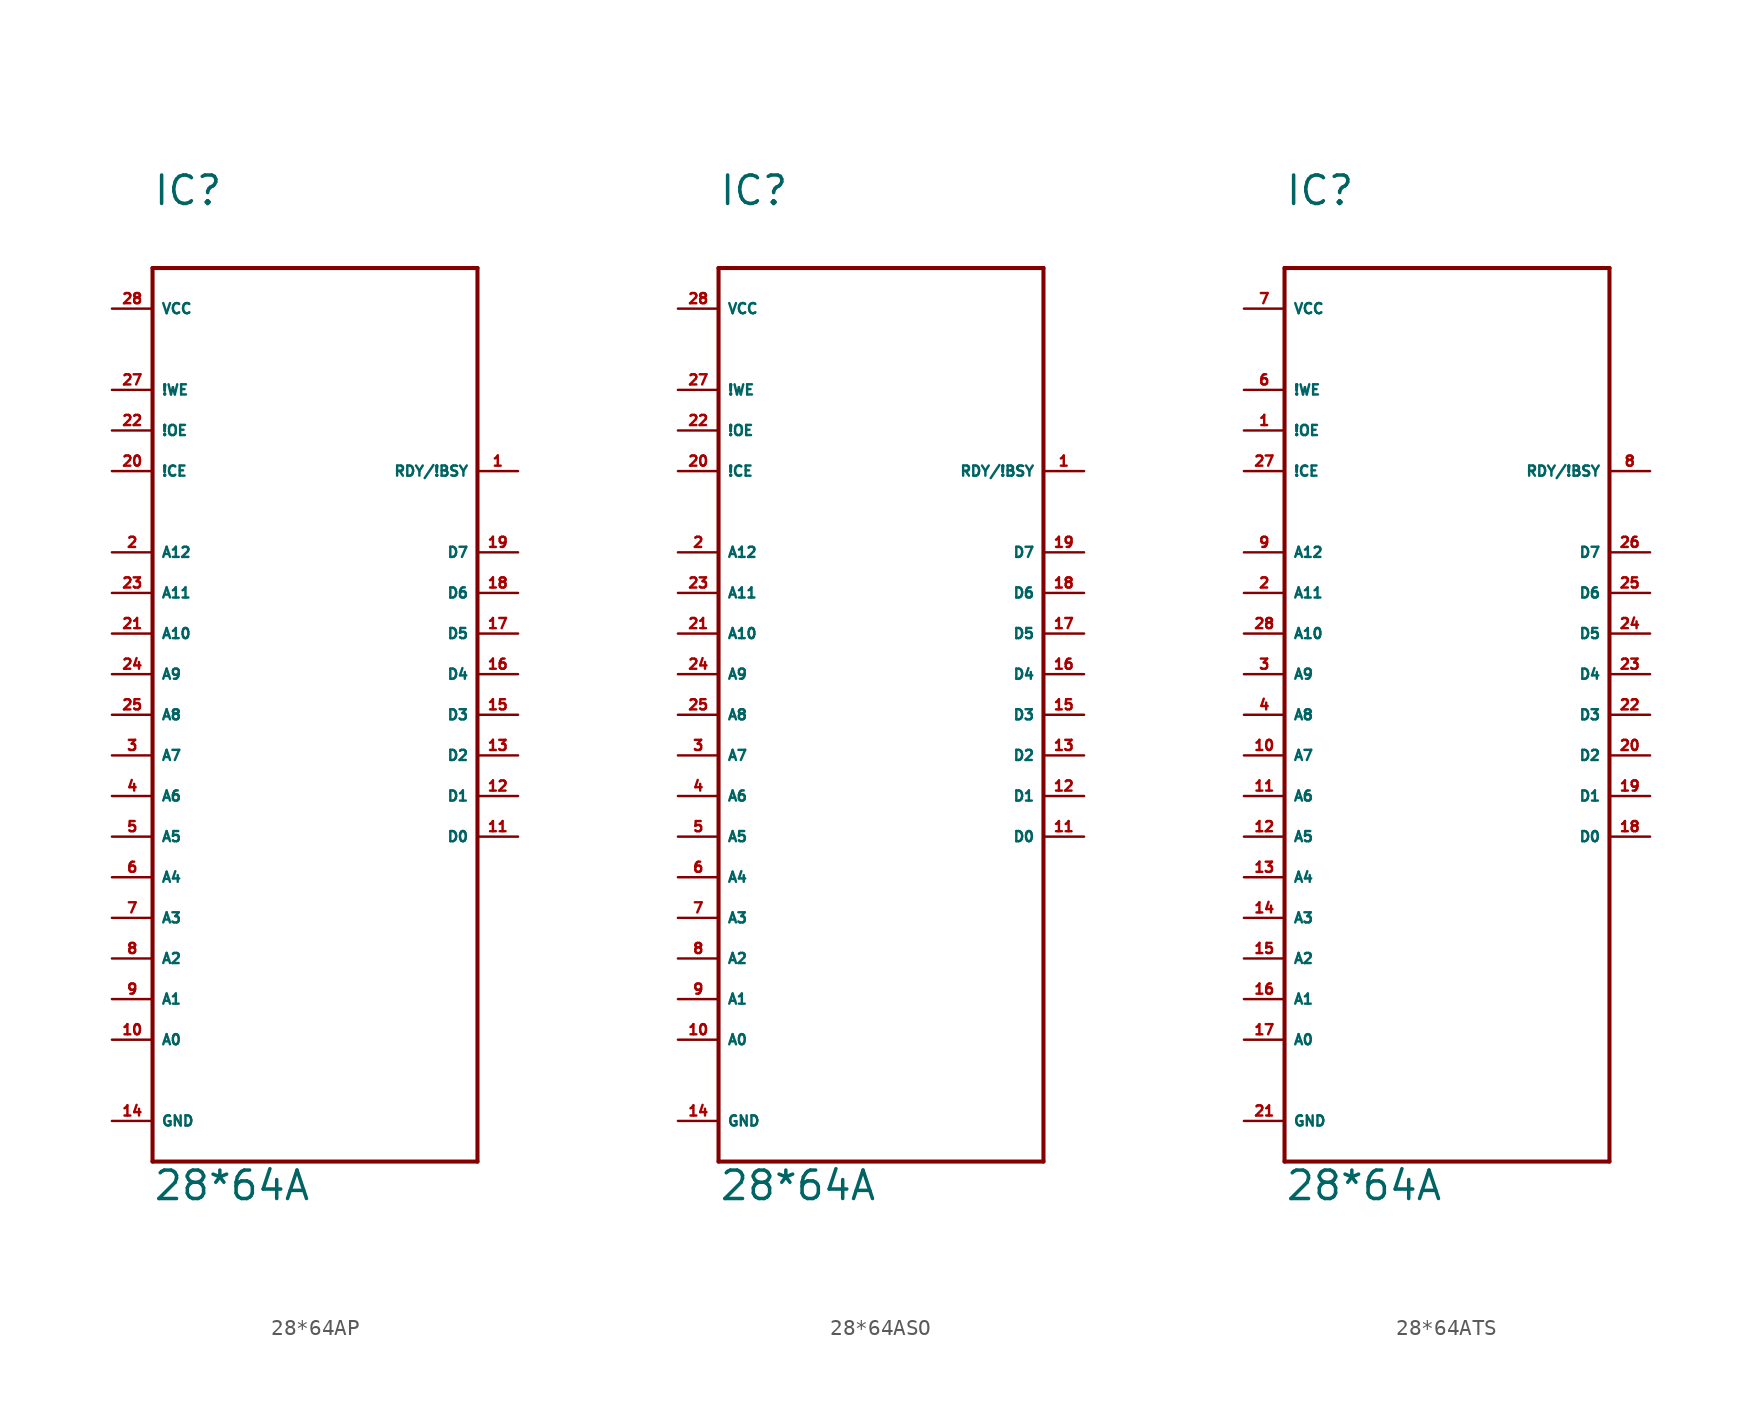
<source format=kicad_sym>
(kicad_symbol_lib
  (version 20220914)
  (generator Eagle2Kicad)
  (symbol "28*64AP"
    (property "Reference" "IC"
      (at -10.16 29.21 0)
      (effects (font (size 1.778 1.778) (thickness 0.22)) (justify left bottom)))
    (property "Value" "28*64A"
      (at -10.16 -33.02 0)
      (effects (font (size 1.778 1.778) (thickness 0.22)) (justify left bottom)))
    (polyline
      (pts (xy -10.16 25.4) (xy 10.16 25.4))
      (stroke (width 0.254) (type default))
      (fill (type none)))
    (polyline
      (pts (xy 10.16 25.4) (xy 10.16 -30.48))
      (stroke (width 0.254) (type default))
      (fill (type none)))
    (polyline
      (pts (xy 10.16 -30.48) (xy -10.16 -30.48))
      (stroke (width 0.254) (type default))
      (fill (type none)))
    (polyline
      (pts (xy -10.16 -30.48) (xy -10.16 25.4))
      (stroke (width 0.254) (type default))
      (fill (type none)))
    (pin input line
      (at -12.7 -22.86 0)
      (length 2.54)
      (name "A0" (effects (font (size 0.635 0.635) (thickness 0.08)) (justify left bottom)))
      (number "10" (effects (font (size 0.635 0.635) (thickness 0.08)) (justify left bottom))))
    (pin input line
      (at -12.7 -20.32 0)
      (length 2.54)
      (name "A1" (effects (font (size 0.635 0.635) (thickness 0.08)) (justify left bottom)))
      (number "9" (effects (font (size 0.635 0.635) (thickness 0.08)) (justify left bottom))))
    (pin input line
      (at -12.7 -17.78 0)
      (length 2.54)
      (name "A2" (effects (font (size 0.635 0.635) (thickness 0.08)) (justify left bottom)))
      (number "8" (effects (font (size 0.635 0.635) (thickness 0.08)) (justify left bottom))))
    (pin input line
      (at -12.7 -15.24 0)
      (length 2.54)
      (name "A3" (effects (font (size 0.635 0.635) (thickness 0.08)) (justify left bottom)))
      (number "7" (effects (font (size 0.635 0.635) (thickness 0.08)) (justify left bottom))))
    (pin input line
      (at -12.7 -12.7 0)
      (length 2.54)
      (name "A4" (effects (font (size 0.635 0.635) (thickness 0.08)) (justify left bottom)))
      (number "6" (effects (font (size 0.635 0.635) (thickness 0.08)) (justify left bottom))))
    (pin input line
      (at -12.7 -10.16 0)
      (length 2.54)
      (name "A5" (effects (font (size 0.635 0.635) (thickness 0.08)) (justify left bottom)))
      (number "5" (effects (font (size 0.635 0.635) (thickness 0.08)) (justify left bottom))))
    (pin input line
      (at -12.7 -7.62 0)
      (length 2.54)
      (name "A6" (effects (font (size 0.635 0.635) (thickness 0.08)) (justify left bottom)))
      (number "4" (effects (font (size 0.635 0.635) (thickness 0.08)) (justify left bottom))))
    (pin input line
      (at -12.7 -5.08 0)
      (length 2.54)
      (name "A7" (effects (font (size 0.635 0.635) (thickness 0.08)) (justify left bottom)))
      (number "3" (effects (font (size 0.635 0.635) (thickness 0.08)) (justify left bottom))))
    (pin input line
      (at -12.7 -2.54 0)
      (length 2.54)
      (name "A8" (effects (font (size 0.635 0.635) (thickness 0.08)) (justify left bottom)))
      (number "25" (effects (font (size 0.635 0.635) (thickness 0.08)) (justify left bottom))))
    (pin input line
      (at -12.7 17.78 0)
      (length 2.54)
      (name "!WE" (effects (font (size 0.635 0.635) (thickness 0.08)) (justify left bottom)))
      (number "27" (effects (font (size 0.635 0.635) (thickness 0.08)) (justify left bottom))))
    (pin input line
      (at -12.7 12.7 0)
      (length 2.54)
      (name "!CE" (effects (font (size 0.635 0.635) (thickness 0.08)) (justify left bottom)))
      (number "20" (effects (font (size 0.635 0.635) (thickness 0.08)) (justify left bottom))))
    (pin input line
      (at -12.7 15.24 0)
      (length 2.54)
      (name "!OE" (effects (font (size 0.635 0.635) (thickness 0.08)) (justify left bottom)))
      (number "22" (effects (font (size 0.635 0.635) (thickness 0.08)) (justify left bottom))))
    (pin tri_state line
      (at 12.7 -10.16 180)
      (length 2.54)
      (name "D0" (effects (font (size 0.635 0.635) (thickness 0.08)) (justify left bottom)))
      (number "11" (effects (font (size 0.635 0.635) (thickness 0.08)) (justify left bottom))))
    (pin tri_state line
      (at 12.7 -7.62 180)
      (length 2.54)
      (name "D1" (effects (font (size 0.635 0.635) (thickness 0.08)) (justify left bottom)))
      (number "12" (effects (font (size 0.635 0.635) (thickness 0.08)) (justify left bottom))))
    (pin tri_state line
      (at 12.7 -5.08 180)
      (length 2.54)
      (name "D2" (effects (font (size 0.635 0.635) (thickness 0.08)) (justify left bottom)))
      (number "13" (effects (font (size 0.635 0.635) (thickness 0.08)) (justify left bottom))))
    (pin tri_state line
      (at 12.7 -2.54 180)
      (length 2.54)
      (name "D3" (effects (font (size 0.635 0.635) (thickness 0.08)) (justify left bottom)))
      (number "15" (effects (font (size 0.635 0.635) (thickness 0.08)) (justify left bottom))))
    (pin tri_state line
      (at 12.7 0 180)
      (length 2.54)
      (name "D4" (effects (font (size 0.635 0.635) (thickness 0.08)) (justify left bottom)))
      (number "16" (effects (font (size 0.635 0.635) (thickness 0.08)) (justify left bottom))))
    (pin tri_state line
      (at 12.7 2.54 180)
      (length 2.54)
      (name "D5" (effects (font (size 0.635 0.635) (thickness 0.08)) (justify left bottom)))
      (number "17" (effects (font (size 0.635 0.635) (thickness 0.08)) (justify left bottom))))
    (pin tri_state line
      (at 12.7 5.08 180)
      (length 2.54)
      (name "D6" (effects (font (size 0.635 0.635) (thickness 0.08)) (justify left bottom)))
      (number "18" (effects (font (size 0.635 0.635) (thickness 0.08)) (justify left bottom))))
    (pin tri_state line
      (at 12.7 7.62 180)
      (length 2.54)
      (name "D7" (effects (font (size 0.635 0.635) (thickness 0.08)) (justify left bottom)))
      (number "19" (effects (font (size 0.635 0.635) (thickness 0.08)) (justify left bottom))))
    (pin unspecified line
      (at -12.7 22.86 0)
      (length 2.54)
      (name "VCC" (effects (font (size 0.635 0.635) (thickness 0.08)) (justify left bottom)))
      (number "28" (effects (font (size 0.635 0.635) (thickness 0.08)) (justify left bottom))))
    (pin unspecified line
      (at -12.7 -27.94 0)
      (length 2.54)
      (name "GND" (effects (font (size 0.635 0.635) (thickness 0.08)) (justify left bottom)))
      (number "14" (effects (font (size 0.635 0.635) (thickness 0.08)) (justify left bottom))))
    (pin input line
      (at -12.7 0 0)
      (length 2.54)
      (name "A9" (effects (font (size 0.635 0.635) (thickness 0.08)) (justify left bottom)))
      (number "24" (effects (font (size 0.635 0.635) (thickness 0.08)) (justify left bottom))))
    (pin input line
      (at -12.7 2.54 0)
      (length 2.54)
      (name "A10" (effects (font (size 0.635 0.635) (thickness 0.08)) (justify left bottom)))
      (number "21" (effects (font (size 0.635 0.635) (thickness 0.08)) (justify left bottom))))
    (pin output line
      (at 12.7 12.7 180)
      (length 2.54)
      (name "RDY/!BSY" (effects (font (size 0.635 0.635) (thickness 0.08)) (justify left bottom)))
      (number "1" (effects (font (size 0.635 0.635) (thickness 0.08)) (justify left bottom))))
    (pin input line
      (at -12.7 5.08 0)
      (length 2.54)
      (name "A11" (effects (font (size 0.635 0.635) (thickness 0.08)) (justify left bottom)))
      (number "23" (effects (font (size 0.635 0.635) (thickness 0.08)) (justify left bottom))))
    (pin input line
      (at -12.7 7.62 0)
      (length 2.54)
      (name "A12" (effects (font (size 0.635 0.635) (thickness 0.08)) (justify left bottom)))
      (number "2" (effects (font (size 0.635 0.635) (thickness 0.08)) (justify left bottom)))))
  (symbol "28*64ASO"
    (property "Reference" "IC"
      (at -10.16 29.21 0)
      (effects (font (size 1.778 1.778) (thickness 0.22)) (justify left bottom)))
    (property "Value" "28*64A"
      (at -10.16 -33.02 0)
      (effects (font (size 1.778 1.778) (thickness 0.22)) (justify left bottom)))
    (polyline
      (pts (xy -10.16 25.4) (xy 10.16 25.4))
      (stroke (width 0.254) (type default))
      (fill (type none)))
    (polyline
      (pts (xy 10.16 25.4) (xy 10.16 -30.48))
      (stroke (width 0.254) (type default))
      (fill (type none)))
    (polyline
      (pts (xy 10.16 -30.48) (xy -10.16 -30.48))
      (stroke (width 0.254) (type default))
      (fill (type none)))
    (polyline
      (pts (xy -10.16 -30.48) (xy -10.16 25.4))
      (stroke (width 0.254) (type default))
      (fill (type none)))
    (pin input line
      (at -12.7 -22.86 0)
      (length 2.54)
      (name "A0" (effects (font (size 0.635 0.635) (thickness 0.08)) (justify left bottom)))
      (number "10" (effects (font (size 0.635 0.635) (thickness 0.08)) (justify left bottom))))
    (pin input line
      (at -12.7 -20.32 0)
      (length 2.54)
      (name "A1" (effects (font (size 0.635 0.635) (thickness 0.08)) (justify left bottom)))
      (number "9" (effects (font (size 0.635 0.635) (thickness 0.08)) (justify left bottom))))
    (pin input line
      (at -12.7 -17.78 0)
      (length 2.54)
      (name "A2" (effects (font (size 0.635 0.635) (thickness 0.08)) (justify left bottom)))
      (number "8" (effects (font (size 0.635 0.635) (thickness 0.08)) (justify left bottom))))
    (pin input line
      (at -12.7 -15.24 0)
      (length 2.54)
      (name "A3" (effects (font (size 0.635 0.635) (thickness 0.08)) (justify left bottom)))
      (number "7" (effects (font (size 0.635 0.635) (thickness 0.08)) (justify left bottom))))
    (pin input line
      (at -12.7 -12.7 0)
      (length 2.54)
      (name "A4" (effects (font (size 0.635 0.635) (thickness 0.08)) (justify left bottom)))
      (number "6" (effects (font (size 0.635 0.635) (thickness 0.08)) (justify left bottom))))
    (pin input line
      (at -12.7 -10.16 0)
      (length 2.54)
      (name "A5" (effects (font (size 0.635 0.635) (thickness 0.08)) (justify left bottom)))
      (number "5" (effects (font (size 0.635 0.635) (thickness 0.08)) (justify left bottom))))
    (pin input line
      (at -12.7 -7.62 0)
      (length 2.54)
      (name "A6" (effects (font (size 0.635 0.635) (thickness 0.08)) (justify left bottom)))
      (number "4" (effects (font (size 0.635 0.635) (thickness 0.08)) (justify left bottom))))
    (pin input line
      (at -12.7 -5.08 0)
      (length 2.54)
      (name "A7" (effects (font (size 0.635 0.635) (thickness 0.08)) (justify left bottom)))
      (number "3" (effects (font (size 0.635 0.635) (thickness 0.08)) (justify left bottom))))
    (pin input line
      (at -12.7 -2.54 0)
      (length 2.54)
      (name "A8" (effects (font (size 0.635 0.635) (thickness 0.08)) (justify left bottom)))
      (number "25" (effects (font (size 0.635 0.635) (thickness 0.08)) (justify left bottom))))
    (pin input line
      (at -12.7 17.78 0)
      (length 2.54)
      (name "!WE" (effects (font (size 0.635 0.635) (thickness 0.08)) (justify left bottom)))
      (number "27" (effects (font (size 0.635 0.635) (thickness 0.08)) (justify left bottom))))
    (pin input line
      (at -12.7 12.7 0)
      (length 2.54)
      (name "!CE" (effects (font (size 0.635 0.635) (thickness 0.08)) (justify left bottom)))
      (number "20" (effects (font (size 0.635 0.635) (thickness 0.08)) (justify left bottom))))
    (pin input line
      (at -12.7 15.24 0)
      (length 2.54)
      (name "!OE" (effects (font (size 0.635 0.635) (thickness 0.08)) (justify left bottom)))
      (number "22" (effects (font (size 0.635 0.635) (thickness 0.08)) (justify left bottom))))
    (pin tri_state line
      (at 12.7 -10.16 180)
      (length 2.54)
      (name "D0" (effects (font (size 0.635 0.635) (thickness 0.08)) (justify left bottom)))
      (number "11" (effects (font (size 0.635 0.635) (thickness 0.08)) (justify left bottom))))
    (pin tri_state line
      (at 12.7 -7.62 180)
      (length 2.54)
      (name "D1" (effects (font (size 0.635 0.635) (thickness 0.08)) (justify left bottom)))
      (number "12" (effects (font (size 0.635 0.635) (thickness 0.08)) (justify left bottom))))
    (pin tri_state line
      (at 12.7 -5.08 180)
      (length 2.54)
      (name "D2" (effects (font (size 0.635 0.635) (thickness 0.08)) (justify left bottom)))
      (number "13" (effects (font (size 0.635 0.635) (thickness 0.08)) (justify left bottom))))
    (pin tri_state line
      (at 12.7 -2.54 180)
      (length 2.54)
      (name "D3" (effects (font (size 0.635 0.635) (thickness 0.08)) (justify left bottom)))
      (number "15" (effects (font (size 0.635 0.635) (thickness 0.08)) (justify left bottom))))
    (pin tri_state line
      (at 12.7 0 180)
      (length 2.54)
      (name "D4" (effects (font (size 0.635 0.635) (thickness 0.08)) (justify left bottom)))
      (number "16" (effects (font (size 0.635 0.635) (thickness 0.08)) (justify left bottom))))
    (pin tri_state line
      (at 12.7 2.54 180)
      (length 2.54)
      (name "D5" (effects (font (size 0.635 0.635) (thickness 0.08)) (justify left bottom)))
      (number "17" (effects (font (size 0.635 0.635) (thickness 0.08)) (justify left bottom))))
    (pin tri_state line
      (at 12.7 5.08 180)
      (length 2.54)
      (name "D6" (effects (font (size 0.635 0.635) (thickness 0.08)) (justify left bottom)))
      (number "18" (effects (font (size 0.635 0.635) (thickness 0.08)) (justify left bottom))))
    (pin tri_state line
      (at 12.7 7.62 180)
      (length 2.54)
      (name "D7" (effects (font (size 0.635 0.635) (thickness 0.08)) (justify left bottom)))
      (number "19" (effects (font (size 0.635 0.635) (thickness 0.08)) (justify left bottom))))
    (pin unspecified line
      (at -12.7 22.86 0)
      (length 2.54)
      (name "VCC" (effects (font (size 0.635 0.635) (thickness 0.08)) (justify left bottom)))
      (number "28" (effects (font (size 0.635 0.635) (thickness 0.08)) (justify left bottom))))
    (pin unspecified line
      (at -12.7 -27.94 0)
      (length 2.54)
      (name "GND" (effects (font (size 0.635 0.635) (thickness 0.08)) (justify left bottom)))
      (number "14" (effects (font (size 0.635 0.635) (thickness 0.08)) (justify left bottom))))
    (pin input line
      (at -12.7 0 0)
      (length 2.54)
      (name "A9" (effects (font (size 0.635 0.635) (thickness 0.08)) (justify left bottom)))
      (number "24" (effects (font (size 0.635 0.635) (thickness 0.08)) (justify left bottom))))
    (pin input line
      (at -12.7 2.54 0)
      (length 2.54)
      (name "A10" (effects (font (size 0.635 0.635) (thickness 0.08)) (justify left bottom)))
      (number "21" (effects (font (size 0.635 0.635) (thickness 0.08)) (justify left bottom))))
    (pin output line
      (at 12.7 12.7 180)
      (length 2.54)
      (name "RDY/!BSY" (effects (font (size 0.635 0.635) (thickness 0.08)) (justify left bottom)))
      (number "1" (effects (font (size 0.635 0.635) (thickness 0.08)) (justify left bottom))))
    (pin input line
      (at -12.7 5.08 0)
      (length 2.54)
      (name "A11" (effects (font (size 0.635 0.635) (thickness 0.08)) (justify left bottom)))
      (number "23" (effects (font (size 0.635 0.635) (thickness 0.08)) (justify left bottom))))
    (pin input line
      (at -12.7 7.62 0)
      (length 2.54)
      (name "A12" (effects (font (size 0.635 0.635) (thickness 0.08)) (justify left bottom)))
      (number "2" (effects (font (size 0.635 0.635) (thickness 0.08)) (justify left bottom)))))
  (symbol "28*64ATS"
    (property "Reference" "IC"
      (at -10.16 29.21 0)
      (effects (font (size 1.778 1.778) (thickness 0.22)) (justify left bottom)))
    (property "Value" "28*64A"
      (at -10.16 -33.02 0)
      (effects (font (size 1.778 1.778) (thickness 0.22)) (justify left bottom)))
    (polyline
      (pts (xy -10.16 25.4) (xy 10.16 25.4))
      (stroke (width 0.254) (type default))
      (fill (type none)))
    (polyline
      (pts (xy 10.16 25.4) (xy 10.16 -30.48))
      (stroke (width 0.254) (type default))
      (fill (type none)))
    (polyline
      (pts (xy 10.16 -30.48) (xy -10.16 -30.48))
      (stroke (width 0.254) (type default))
      (fill (type none)))
    (polyline
      (pts (xy -10.16 -30.48) (xy -10.16 25.4))
      (stroke (width 0.254) (type default))
      (fill (type none)))
    (pin input line
      (at -12.7 -22.86 0)
      (length 2.54)
      (name "A0" (effects (font (size 0.635 0.635) (thickness 0.08)) (justify left bottom)))
      (number "17" (effects (font (size 0.635 0.635) (thickness 0.08)) (justify left bottom))))
    (pin input line
      (at -12.7 -20.32 0)
      (length 2.54)
      (name "A1" (effects (font (size 0.635 0.635) (thickness 0.08)) (justify left bottom)))
      (number "16" (effects (font (size 0.635 0.635) (thickness 0.08)) (justify left bottom))))
    (pin input line
      (at -12.7 -17.78 0)
      (length 2.54)
      (name "A2" (effects (font (size 0.635 0.635) (thickness 0.08)) (justify left bottom)))
      (number "15" (effects (font (size 0.635 0.635) (thickness 0.08)) (justify left bottom))))
    (pin input line
      (at -12.7 -15.24 0)
      (length 2.54)
      (name "A3" (effects (font (size 0.635 0.635) (thickness 0.08)) (justify left bottom)))
      (number "14" (effects (font (size 0.635 0.635) (thickness 0.08)) (justify left bottom))))
    (pin input line
      (at -12.7 -12.7 0)
      (length 2.54)
      (name "A4" (effects (font (size 0.635 0.635) (thickness 0.08)) (justify left bottom)))
      (number "13" (effects (font (size 0.635 0.635) (thickness 0.08)) (justify left bottom))))
    (pin input line
      (at -12.7 -10.16 0)
      (length 2.54)
      (name "A5" (effects (font (size 0.635 0.635) (thickness 0.08)) (justify left bottom)))
      (number "12" (effects (font (size 0.635 0.635) (thickness 0.08)) (justify left bottom))))
    (pin input line
      (at -12.7 -7.62 0)
      (length 2.54)
      (name "A6" (effects (font (size 0.635 0.635) (thickness 0.08)) (justify left bottom)))
      (number "11" (effects (font (size 0.635 0.635) (thickness 0.08)) (justify left bottom))))
    (pin input line
      (at -12.7 -5.08 0)
      (length 2.54)
      (name "A7" (effects (font (size 0.635 0.635) (thickness 0.08)) (justify left bottom)))
      (number "10" (effects (font (size 0.635 0.635) (thickness 0.08)) (justify left bottom))))
    (pin input line
      (at -12.7 -2.54 0)
      (length 2.54)
      (name "A8" (effects (font (size 0.635 0.635) (thickness 0.08)) (justify left bottom)))
      (number "4" (effects (font (size 0.635 0.635) (thickness 0.08)) (justify left bottom))))
    (pin input line
      (at -12.7 17.78 0)
      (length 2.54)
      (name "!WE" (effects (font (size 0.635 0.635) (thickness 0.08)) (justify left bottom)))
      (number "6" (effects (font (size 0.635 0.635) (thickness 0.08)) (justify left bottom))))
    (pin input line
      (at -12.7 12.7 0)
      (length 2.54)
      (name "!CE" (effects (font (size 0.635 0.635) (thickness 0.08)) (justify left bottom)))
      (number "27" (effects (font (size 0.635 0.635) (thickness 0.08)) (justify left bottom))))
    (pin input line
      (at -12.7 15.24 0)
      (length 2.54)
      (name "!OE" (effects (font (size 0.635 0.635) (thickness 0.08)) (justify left bottom)))
      (number "1" (effects (font (size 0.635 0.635) (thickness 0.08)) (justify left bottom))))
    (pin tri_state line
      (at 12.7 -10.16 180)
      (length 2.54)
      (name "D0" (effects (font (size 0.635 0.635) (thickness 0.08)) (justify left bottom)))
      (number "18" (effects (font (size 0.635 0.635) (thickness 0.08)) (justify left bottom))))
    (pin tri_state line
      (at 12.7 -7.62 180)
      (length 2.54)
      (name "D1" (effects (font (size 0.635 0.635) (thickness 0.08)) (justify left bottom)))
      (number "19" (effects (font (size 0.635 0.635) (thickness 0.08)) (justify left bottom))))
    (pin tri_state line
      (at 12.7 -5.08 180)
      (length 2.54)
      (name "D2" (effects (font (size 0.635 0.635) (thickness 0.08)) (justify left bottom)))
      (number "20" (effects (font (size 0.635 0.635) (thickness 0.08)) (justify left bottom))))
    (pin tri_state line
      (at 12.7 -2.54 180)
      (length 2.54)
      (name "D3" (effects (font (size 0.635 0.635) (thickness 0.08)) (justify left bottom)))
      (number "22" (effects (font (size 0.635 0.635) (thickness 0.08)) (justify left bottom))))
    (pin tri_state line
      (at 12.7 0 180)
      (length 2.54)
      (name "D4" (effects (font (size 0.635 0.635) (thickness 0.08)) (justify left bottom)))
      (number "23" (effects (font (size 0.635 0.635) (thickness 0.08)) (justify left bottom))))
    (pin tri_state line
      (at 12.7 2.54 180)
      (length 2.54)
      (name "D5" (effects (font (size 0.635 0.635) (thickness 0.08)) (justify left bottom)))
      (number "24" (effects (font (size 0.635 0.635) (thickness 0.08)) (justify left bottom))))
    (pin tri_state line
      (at 12.7 5.08 180)
      (length 2.54)
      (name "D6" (effects (font (size 0.635 0.635) (thickness 0.08)) (justify left bottom)))
      (number "25" (effects (font (size 0.635 0.635) (thickness 0.08)) (justify left bottom))))
    (pin tri_state line
      (at 12.7 7.62 180)
      (length 2.54)
      (name "D7" (effects (font (size 0.635 0.635) (thickness 0.08)) (justify left bottom)))
      (number "26" (effects (font (size 0.635 0.635) (thickness 0.08)) (justify left bottom))))
    (pin unspecified line
      (at -12.7 22.86 0)
      (length 2.54)
      (name "VCC" (effects (font (size 0.635 0.635) (thickness 0.08)) (justify left bottom)))
      (number "7" (effects (font (size 0.635 0.635) (thickness 0.08)) (justify left bottom))))
    (pin unspecified line
      (at -12.7 -27.94 0)
      (length 2.54)
      (name "GND" (effects (font (size 0.635 0.635) (thickness 0.08)) (justify left bottom)))
      (number "21" (effects (font (size 0.635 0.635) (thickness 0.08)) (justify left bottom))))
    (pin input line
      (at -12.7 0 0)
      (length 2.54)
      (name "A9" (effects (font (size 0.635 0.635) (thickness 0.08)) (justify left bottom)))
      (number "3" (effects (font (size 0.635 0.635) (thickness 0.08)) (justify left bottom))))
    (pin input line
      (at -12.7 2.54 0)
      (length 2.54)
      (name "A10" (effects (font (size 0.635 0.635) (thickness 0.08)) (justify left bottom)))
      (number "28" (effects (font (size 0.635 0.635) (thickness 0.08)) (justify left bottom))))
    (pin output line
      (at 12.7 12.7 180)
      (length 2.54)
      (name "RDY/!BSY" (effects (font (size 0.635 0.635) (thickness 0.08)) (justify left bottom)))
      (number "8" (effects (font (size 0.635 0.635) (thickness 0.08)) (justify left bottom))))
    (pin input line
      (at -12.7 5.08 0)
      (length 2.54)
      (name "A11" (effects (font (size 0.635 0.635) (thickness 0.08)) (justify left bottom)))
      (number "2" (effects (font (size 0.635 0.635) (thickness 0.08)) (justify left bottom))))
    (pin input line
      (at -12.7 7.62 0)
      (length 2.54)
      (name "A12" (effects (font (size 0.635 0.635) (thickness 0.08)) (justify left bottom)))
      (number "9" (effects (font (size 0.635 0.635) (thickness 0.08)) (justify left bottom))))))
</source>
